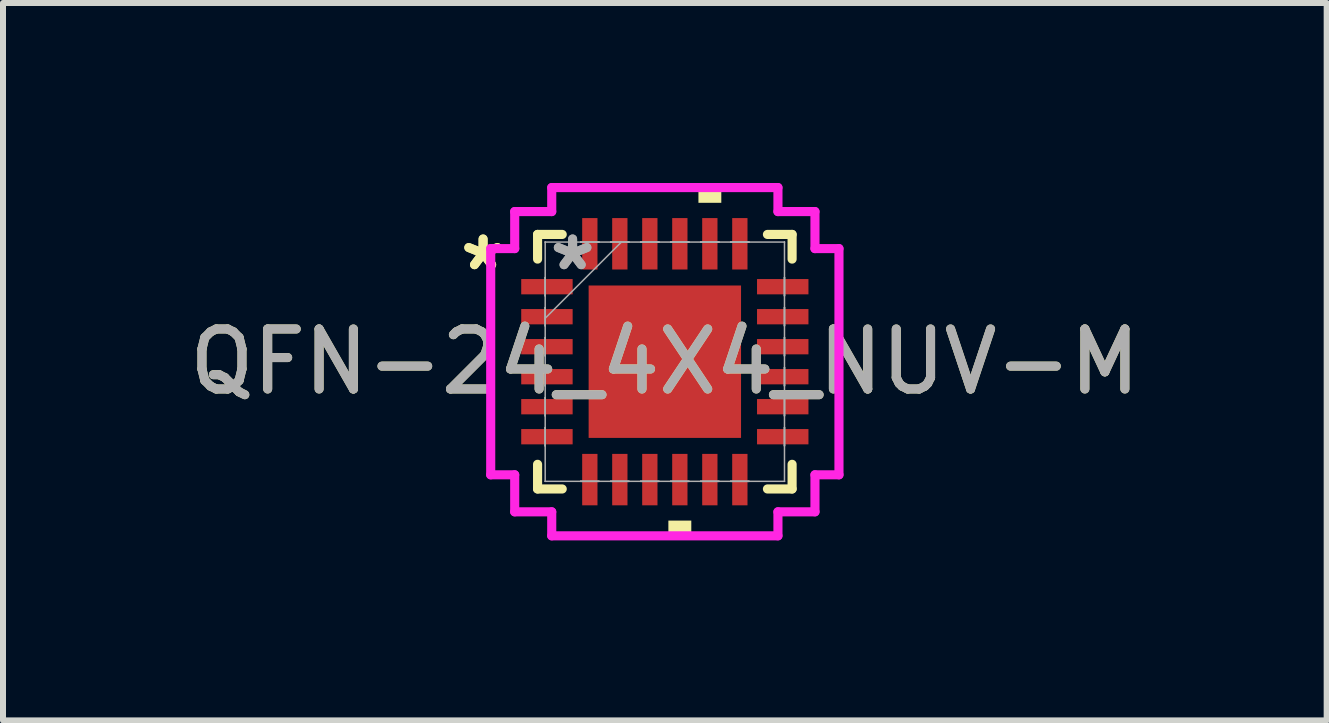
<source format=kicad_pcb>
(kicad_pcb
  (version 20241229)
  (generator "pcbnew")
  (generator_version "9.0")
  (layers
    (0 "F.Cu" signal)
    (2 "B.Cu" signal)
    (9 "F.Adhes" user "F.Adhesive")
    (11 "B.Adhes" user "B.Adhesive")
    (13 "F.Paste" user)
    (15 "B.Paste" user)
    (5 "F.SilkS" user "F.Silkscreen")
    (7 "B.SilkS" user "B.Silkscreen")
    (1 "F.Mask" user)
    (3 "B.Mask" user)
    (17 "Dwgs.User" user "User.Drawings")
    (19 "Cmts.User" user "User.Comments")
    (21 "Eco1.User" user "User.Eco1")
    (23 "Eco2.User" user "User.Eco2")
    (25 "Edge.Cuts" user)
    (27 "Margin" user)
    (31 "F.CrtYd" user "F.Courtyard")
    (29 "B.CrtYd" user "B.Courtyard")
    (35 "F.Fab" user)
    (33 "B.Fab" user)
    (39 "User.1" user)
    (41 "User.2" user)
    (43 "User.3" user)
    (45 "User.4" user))
  (footprint "QFN-24_4X4_NUV-M"
    (layer "F.Cu")
    (at 8.03 2.978)
    (property "Reference" "QFN-24_4X4_NUV-M" (at 0 0 0) (unlocked yes) (layer "F.SilkS") (effects (font (size 1 1) (thickness 0.15))))
    (attr smd)
    (fp_line (start -2.121 -2.121) (end -2.121 -1.71) (stroke (width 0.152) (type solid)) (layer "F.SilkS"))
    (fp_line (start -2.121 1.71) (end -2.121 2.121) (stroke (width 0.152) (type solid)) (layer "F.SilkS"))
    (fp_line (start -2.121 2.121) (end -1.71 2.121) (stroke (width 0.152) (type solid)) (layer "F.SilkS"))
    (fp_line (start -1.71 -2.121) (end -2.121 -2.121) (stroke (width 0.152) (type solid)) (layer "F.SilkS"))
    (fp_line (start 1.71 2.121) (end 2.121 2.121) (stroke (width 0.152) (type solid)) (layer "F.SilkS"))
    (fp_line (start 2.121 -2.121) (end 1.71 -2.121) (stroke (width 0.152) (type solid)) (layer "F.SilkS"))
    (fp_line (start 2.121 -1.71) (end 2.121 -2.121) (stroke (width 0.152) (type solid)) (layer "F.SilkS"))
    (fp_line (start 2.121 2.121) (end 2.121 1.71) (stroke (width 0.152) (type solid)) (layer "F.SilkS"))
    (fp_poly (pts (xy 0.059 2.648) (xy 0.059 2.902) (xy 0.441 2.902) (xy 0.441 2.648)) (stroke (width 0) (type solid)) (fill yes) (layer "F.SilkS"))
    (fp_poly (pts (xy 0.56 -2.648) (xy 0.56 -2.902) (xy 0.941 -2.902) (xy 0.941 -2.648)) (stroke (width 0) (type solid)) (fill yes) (layer "F.SilkS"))
    (fp_poly (pts (xy -1.17 -1.17) (xy -1.17 -0.1) (xy -0.1 -0.1) (xy -0.1 -1.17)) (stroke (width 0) (type solid)) (fill yes) (layer "F.Paste"))
    (fp_poly (pts (xy -1.17 0.1) (xy -1.17 1.17) (xy -0.1 1.17) (xy -0.1 0.1)) (stroke (width 0) (type solid)) (fill yes) (layer "F.Paste"))
    (fp_poly (pts (xy 0.1 -1.17) (xy 0.1 -0.1) (xy 1.17 -0.1) (xy 1.17 -1.17)) (stroke (width 0) (type solid)) (fill yes) (layer "F.Paste"))
    (fp_poly (pts (xy 0.1 0.1) (xy 0.1 1.17) (xy 1.17 1.17) (xy 1.17 0.1)) (stroke (width 0) (type solid)) (fill yes) (layer "F.Paste"))
    (fp_line (start -2.902 -1.885) (end -2.502 -1.885) (stroke (width 0.152) (type solid)) (layer "F.CrtYd"))
    (fp_line (start -2.902 1.885) (end -2.902 -1.885) (stroke (width 0.152) (type solid)) (layer "F.CrtYd"))
    (fp_line (start -2.502 -2.502) (end -1.885 -2.502) (stroke (width 0.152) (type solid)) (layer "F.CrtYd"))
    (fp_line (start -2.502 -1.885) (end -2.502 -2.502) (stroke (width 0.152) (type solid)) (layer "F.CrtYd"))
    (fp_line (start -2.502 1.885) (end -2.902 1.885) (stroke (width 0.152) (type solid)) (layer "F.CrtYd"))
    (fp_line (start -2.502 2.502) (end -2.502 1.885) (stroke (width 0.152) (type solid)) (layer "F.CrtYd"))
    (fp_line (start -1.885 -2.902) (end 1.885 -2.902) (stroke (width 0.152) (type solid)) (layer "F.CrtYd"))
    (fp_line (start -1.885 -2.502) (end -1.885 -2.902) (stroke (width 0.152) (type solid)) (layer "F.CrtYd"))
    (fp_line (start -1.885 2.502) (end -2.502 2.502) (stroke (width 0.152) (type solid)) (layer "F.CrtYd"))
    (fp_line (start -1.885 2.902) (end -1.885 2.502) (stroke (width 0.152) (type solid)) (layer "F.CrtYd"))
    (fp_line (start 1.885 -2.902) (end 1.885 -2.502) (stroke (width 0.152) (type solid)) (layer "F.CrtYd"))
    (fp_line (start 1.885 -2.502) (end 2.502 -2.502) (stroke (width 0.152) (type solid)) (layer "F.CrtYd"))
    (fp_line (start 1.885 2.502) (end 1.885 2.902) (stroke (width 0.152) (type solid)) (layer "F.CrtYd"))
    (fp_line (start 1.885 2.902) (end -1.885 2.902) (stroke (width 0.152) (type solid)) (layer "F.CrtYd"))
    (fp_line (start 2.502 -2.502) (end 2.502 -1.885) (stroke (width 0.152) (type solid)) (layer "F.CrtYd"))
    (fp_line (start 2.502 -1.885) (end 2.902 -1.885) (stroke (width 0.152) (type solid)) (layer "F.CrtYd"))
    (fp_line (start 2.502 1.885) (end 2.502 2.502) (stroke (width 0.152) (type solid)) (layer "F.CrtYd"))
    (fp_line (start 2.502 2.502) (end 1.885 2.502) (stroke (width 0.152) (type solid)) (layer "F.CrtYd"))
    (fp_line (start 2.902 -1.885) (end 2.902 1.885) (stroke (width 0.152) (type solid)) (layer "F.CrtYd"))
    (fp_line (start 2.902 1.885) (end 2.502 1.885) (stroke (width 0.152) (type solid)) (layer "F.CrtYd"))
    (fp_line (start -1.994 -1.994) (end -1.994 -1.994) (stroke (width 0.025) (type solid)) (layer "F.Fab"))
    (fp_line (start -1.994 -1.994) (end -1.994 1.994) (stroke (width 0.025) (type solid)) (layer "F.Fab"))
    (fp_line (start -1.994 -1.402) (end -1.994 -1.402) (stroke (width 0.025) (type solid)) (layer "F.Fab"))
    (fp_line (start -1.994 -1.402) (end -1.994 -1.098) (stroke (width 0.025) (type solid)) (layer "F.Fab"))
    (fp_line (start -1.994 -1.098) (end -1.994 -1.402) (stroke (width 0.025) (type solid)) (layer "F.Fab"))
    (fp_line (start -1.994 -1.098) (end -1.994 -1.098) (stroke (width 0.025) (type solid)) (layer "F.Fab"))
    (fp_line (start -1.994 -0.902) (end -1.994 -0.902) (stroke (width 0.025) (type solid)) (layer "F.Fab"))
    (fp_line (start -1.994 -0.902) (end -1.994 -0.598) (stroke (width 0.025) (type solid)) (layer "F.Fab"))
    (fp_line (start -1.994 -0.724) (end -0.724 -1.994) (stroke (width 0.025) (type solid)) (layer "F.Fab"))
    (fp_line (start -1.994 -0.598) (end -1.994 -0.902) (stroke (width 0.025) (type solid)) (layer "F.Fab"))
    (fp_line (start -1.994 -0.598) (end -1.994 -0.598) (stroke (width 0.025) (type solid)) (layer "F.Fab"))
    (fp_line (start -1.994 -0.402) (end -1.994 -0.402) (stroke (width 0.025) (type solid)) (layer "F.Fab"))
    (fp_line (start -1.994 -0.402) (end -1.994 -0.098) (stroke (width 0.025) (type solid)) (layer "F.Fab"))
    (fp_line (start -1.994 -0.098) (end -1.994 -0.402) (stroke (width 0.025) (type solid)) (layer "F.Fab"))
    (fp_line (start -1.994 -0.098) (end -1.994 -0.098) (stroke (width 0.025) (type solid)) (layer "F.Fab"))
    (fp_line (start -1.994 0.098) (end -1.994 0.098) (stroke (width 0.025) (type solid)) (layer "F.Fab"))
    (fp_line (start -1.994 0.098) (end -1.994 0.402) (stroke (width 0.025) (type solid)) (layer "F.Fab"))
    (fp_line (start -1.994 0.402) (end -1.994 0.098) (stroke (width 0.025) (type solid)) (layer "F.Fab"))
    (fp_line (start -1.994 0.402) (end -1.994 0.402) (stroke (width 0.025) (type solid)) (layer "F.Fab"))
    (fp_line (start -1.994 0.598) (end -1.994 0.598) (stroke (width 0.025) (type solid)) (layer "F.Fab"))
    (fp_line (start -1.994 0.598) (end -1.994 0.902) (stroke (width 0.025) (type solid)) (layer "F.Fab"))
    (fp_line (start -1.994 0.902) (end -1.994 0.598) (stroke (width 0.025) (type solid)) (layer "F.Fab"))
    (fp_line (start -1.994 0.902) (end -1.994 0.902) (stroke (width 0.025) (type solid)) (layer "F.Fab"))
    (fp_line (start -1.994 1.098) (end -1.994 1.098) (stroke (width 0.025) (type solid)) (layer "F.Fab"))
    (fp_line (start -1.994 1.098) (end -1.994 1.402) (stroke (width 0.025) (type solid)) (layer "F.Fab"))
    (fp_line (start -1.994 1.402) (end -1.994 1.098) (stroke (width 0.025) (type solid)) (layer "F.Fab"))
    (fp_line (start -1.994 1.402) (end -1.994 1.402) (stroke (width 0.025) (type solid)) (layer "F.Fab"))
    (fp_line (start -1.994 1.994) (end -1.994 1.994) (stroke (width 0.025) (type solid)) (layer "F.Fab"))
    (fp_line (start -1.994 1.994) (end 1.994 1.994) (stroke (width 0.025) (type solid)) (layer "F.Fab"))
    (fp_line (start -1.402 -1.994) (end -1.402 -1.994) (stroke (width 0.025) (type solid)) (layer "F.Fab"))
    (fp_line (start -1.402 -1.994) (end -1.098 -1.994) (stroke (width 0.025) (type solid)) (layer "F.Fab"))
    (fp_line (start -1.402 1.994) (end -1.402 1.994) (stroke (width 0.025) (type solid)) (layer "F.Fab"))
    (fp_line (start -1.402 1.994) (end -1.098 1.994) (stroke (width 0.025) (type solid)) (layer "F.Fab"))
    (fp_line (start -1.098 -1.994) (end -1.402 -1.994) (stroke (width 0.025) (type solid)) (layer "F.Fab"))
    (fp_line (start -1.098 -1.994) (end -1.098 -1.994) (stroke (width 0.025) (type solid)) (layer "F.Fab"))
    (fp_line (start -1.098 1.994) (end -1.402 1.994) (stroke (width 0.025) (type solid)) (layer "F.Fab"))
    (fp_line (start -1.098 1.994) (end -1.098 1.994) (stroke (width 0.025) (type solid)) (layer "F.Fab"))
    (fp_line (start -0.902 -1.994) (end -0.902 -1.994) (stroke (width 0.025) (type solid)) (layer "F.Fab"))
    (fp_line (start -0.902 -1.994) (end -0.598 -1.994) (stroke (width 0.025) (type solid)) (layer "F.Fab"))
    (fp_line (start -0.902 1.994) (end -0.902 1.994) (stroke (width 0.025) (type solid)) (layer "F.Fab"))
    (fp_line (start -0.902 1.994) (end -0.598 1.994) (stroke (width 0.025) (type solid)) (layer "F.Fab"))
    (fp_line (start -0.598 -1.994) (end -0.902 -1.994) (stroke (width 0.025) (type solid)) (layer "F.Fab"))
    (fp_line (start -0.598 -1.994) (end -0.598 -1.994) (stroke (width 0.025) (type solid)) (layer "F.Fab"))
    (fp_line (start -0.598 1.994) (end -0.902 1.994) (stroke (width 0.025) (type solid)) (layer "F.Fab"))
    (fp_line (start -0.598 1.994) (end -0.598 1.994) (stroke (width 0.025) (type solid)) (layer "F.Fab"))
    (fp_line (start -0.402 -1.994) (end -0.402 -1.994) (stroke (width 0.025) (type solid)) (layer "F.Fab"))
    (fp_line (start -0.402 -1.994) (end -0.098 -1.994) (stroke (width 0.025) (type solid)) (layer "F.Fab"))
    (fp_line (start -0.402 1.994) (end -0.402 1.994) (stroke (width 0.025) (type solid)) (layer "F.Fab"))
    (fp_line (start -0.402 1.994) (end -0.098 1.994) (stroke (width 0.025) (type solid)) (layer "F.Fab"))
    (fp_line (start -0.098 -1.994) (end -0.402 -1.994) (stroke (width 0.025) (type solid)) (layer "F.Fab"))
    (fp_line (start -0.098 -1.994) (end -0.098 -1.994) (stroke (width 0.025) (type solid)) (layer "F.Fab"))
    (fp_line (start -0.098 1.994) (end -0.402 1.994) (stroke (width 0.025) (type solid)) (layer "F.Fab"))
    (fp_line (start -0.098 1.994) (end -0.098 1.994) (stroke (width 0.025) (type solid)) (layer "F.Fab"))
    (fp_line (start 0.098 -1.994) (end 0.098 -1.994) (stroke (width 0.025) (type solid)) (layer "F.Fab"))
    (fp_line (start 0.098 -1.994) (end 0.402 -1.994) (stroke (width 0.025) (type solid)) (layer "F.Fab"))
    (fp_line (start 0.098 1.994) (end 0.098 1.994) (stroke (width 0.025) (type solid)) (layer "F.Fab"))
    (fp_line (start 0.098 1.994) (end 0.402 1.994) (stroke (width 0.025) (type solid)) (layer "F.Fab"))
    (fp_line (start 0.402 -1.994) (end 0.098 -1.994) (stroke (width 0.025) (type solid)) (layer "F.Fab"))
    (fp_line (start 0.402 -1.994) (end 0.402 -1.994) (stroke (width 0.025) (type solid)) (layer "F.Fab"))
    (fp_line (start 0.402 1.994) (end 0.098 1.994) (stroke (width 0.025) (type solid)) (layer "F.Fab"))
    (fp_line (start 0.402 1.994) (end 0.402 1.994) (stroke (width 0.025) (type solid)) (layer "F.Fab"))
    (fp_line (start 0.598 -1.994) (end 0.598 -1.994) (stroke (width 0.025) (type solid)) (layer "F.Fab"))
    (fp_line (start 0.598 -1.994) (end 0.902 -1.994) (stroke (width 0.025) (type solid)) (layer "F.Fab"))
    (fp_line (start 0.598 1.994) (end 0.598 1.994) (stroke (width 0.025) (type solid)) (layer "F.Fab"))
    (fp_line (start 0.598 1.994) (end 0.902 1.994) (stroke (width 0.025) (type solid)) (layer "F.Fab"))
    (fp_line (start 0.902 -1.994) (end 0.598 -1.994) (stroke (width 0.025) (type solid)) (layer "F.Fab"))
    (fp_line (start 0.902 -1.994) (end 0.902 -1.994) (stroke (width 0.025) (type solid)) (layer "F.Fab"))
    (fp_line (start 0.902 1.994) (end 0.598 1.994) (stroke (width 0.025) (type solid)) (layer "F.Fab"))
    (fp_line (start 0.902 1.994) (end 0.902 1.994) (stroke (width 0.025) (type solid)) (layer "F.Fab"))
    (fp_line (start 1.098 -1.994) (end 1.098 -1.994) (stroke (width 0.025) (type solid)) (layer "F.Fab"))
    (fp_line (start 1.098 -1.994) (end 1.402 -1.994) (stroke (width 0.025) (type solid)) (layer "F.Fab"))
    (fp_line (start 1.098 1.994) (end 1.098 1.994) (stroke (width 0.025) (type solid)) (layer "F.Fab"))
    (fp_line (start 1.098 1.994) (end 1.402 1.994) (stroke (width 0.025) (type solid)) (layer "F.Fab"))
    (fp_line (start 1.402 -1.994) (end 1.098 -1.994) (stroke (width 0.025) (type solid)) (layer "F.Fab"))
    (fp_line (start 1.402 -1.994) (end 1.402 -1.994) (stroke (width 0.025) (type solid)) (layer "F.Fab"))
    (fp_line (start 1.402 1.994) (end 1.098 1.994) (stroke (width 0.025) (type solid)) (layer "F.Fab"))
    (fp_line (start 1.402 1.994) (end 1.402 1.994) (stroke (width 0.025) (type solid)) (layer "F.Fab"))
    (fp_line (start 1.994 -1.994) (end -1.994 -1.994) (stroke (width 0.025) (type solid)) (layer "F.Fab"))
    (fp_line (start 1.994 -1.994) (end 1.994 -1.994) (stroke (width 0.025) (type solid)) (layer "F.Fab"))
    (fp_line (start 1.994 -1.402) (end 1.994 -1.402) (stroke (width 0.025) (type solid)) (layer "F.Fab"))
    (fp_line (start 1.994 -1.402) (end 1.994 -1.098) (stroke (width 0.025) (type solid)) (layer "F.Fab"))
    (fp_line (start 1.994 -1.098) (end 1.994 -1.402) (stroke (width 0.025) (type solid)) (layer "F.Fab"))
    (fp_line (start 1.994 -1.098) (end 1.994 -1.098) (stroke (width 0.025) (type solid)) (layer "F.Fab"))
    (fp_line (start 1.994 -0.902) (end 1.994 -0.902) (stroke (width 0.025) (type solid)) (layer "F.Fab"))
    (fp_line (start 1.994 -0.902) (end 1.994 -0.598) (stroke (width 0.025) (type solid)) (layer "F.Fab"))
    (fp_line (start 1.994 -0.598) (end 1.994 -0.902) (stroke (width 0.025) (type solid)) (layer "F.Fab"))
    (fp_line (start 1.994 -0.598) (end 1.994 -0.598) (stroke (width 0.025) (type solid)) (layer "F.Fab"))
    (fp_line (start 1.994 -0.402) (end 1.994 -0.402) (stroke (width 0.025) (type solid)) (layer "F.Fab"))
    (fp_line (start 1.994 -0.402) (end 1.994 -0.098) (stroke (width 0.025) (type solid)) (layer "F.Fab"))
    (fp_line (start 1.994 -0.098) (end 1.994 -0.402) (stroke (width 0.025) (type solid)) (layer "F.Fab"))
    (fp_line (start 1.994 -0.098) (end 1.994 -0.098) (stroke (width 0.025) (type solid)) (layer "F.Fab"))
    (fp_line (start 1.994 0.098) (end 1.994 0.098) (stroke (width 0.025) (type solid)) (layer "F.Fab"))
    (fp_line (start 1.994 0.098) (end 1.994 0.402) (stroke (width 0.025) (type solid)) (layer "F.Fab"))
    (fp_line (start 1.994 0.402) (end 1.994 0.098) (stroke (width 0.025) (type solid)) (layer "F.Fab"))
    (fp_line (start 1.994 0.402) (end 1.994 0.402) (stroke (width 0.025) (type solid)) (layer "F.Fab"))
    (fp_line (start 1.994 0.598) (end 1.994 0.598) (stroke (width 0.025) (type solid)) (layer "F.Fab"))
    (fp_line (start 1.994 0.598) (end 1.994 0.902) (stroke (width 0.025) (type solid)) (layer "F.Fab"))
    (fp_line (start 1.994 0.902) (end 1.994 0.598) (stroke (width 0.025) (type solid)) (layer "F.Fab"))
    (fp_line (start 1.994 0.902) (end 1.994 0.902) (stroke (width 0.025) (type solid)) (layer "F.Fab"))
    (fp_line (start 1.994 1.098) (end 1.994 1.098) (stroke (width 0.025) (type solid)) (layer "F.Fab"))
    (fp_line (start 1.994 1.098) (end 1.994 1.402) (stroke (width 0.025) (type solid)) (layer "F.Fab"))
    (fp_line (start 1.994 1.402) (end 1.994 1.098) (stroke (width 0.025) (type solid)) (layer "F.Fab"))
    (fp_line (start 1.994 1.402) (end 1.994 1.402) (stroke (width 0.025) (type solid)) (layer "F.Fab"))
    (fp_line (start 1.994 1.994) (end 1.994 -1.994) (stroke (width 0.025) (type solid)) (layer "F.Fab"))
    (fp_line (start 1.994 1.994) (end 1.994 1.994) (stroke (width 0.025) (type solid)) (layer "F.Fab"))
    (fp_text user "*" (at -3.029 -1.5 0) (unlocked yes) (layer "F.SilkS") (effects (font (size 1 1) (thickness 0.15))))
    (fp_text user "*" (at -3.029 -1.5 0) (layer "F.SilkS") (effects (font (size 1 1) (thickness 0.15))))
    (fp_text user "*" (at -1.537 -1.5 0) (layer "F.Fab") (effects (font (size 1 1) (thickness 0.15))))
    (fp_text user "${REFERENCE}" (at 0 0 0) (unlocked yes) (layer "F.Fab") (effects (font (size 1 1) (thickness 0.15))))
    (fp_text user "*" (at -1.537 -1.5 0) (unlocked yes) (layer "F.Fab") (effects (font (size 1 1) (thickness 0.15))))
    (pad "1" smd rect (at -1.965 -1.25 90) (size 0.255 0.857) (layers "F.Cu" "F.Mask" "F.Paste"))
    (pad "2" smd rect (at -1.965 -0.75 90) (size 0.255 0.857) (layers "F.Cu" "F.Mask" "F.Paste"))
    (pad "3" smd rect (at -1.965 -0.25 90) (size 0.255 0.857) (layers "F.Cu" "F.Mask" "F.Paste"))
    (pad "4" smd rect (at -1.965 0.25 90) (size 0.255 0.857) (layers "F.Cu" "F.Mask" "F.Paste"))
    (pad "5" smd rect (at -1.965 0.75 90) (size 0.255 0.857) (layers "F.Cu" "F.Mask" "F.Paste"))
    (pad "6" smd rect (at -1.965 1.25 90) (size 0.255 0.857) (layers "F.Cu" "F.Mask" "F.Paste"))
    (pad "7" smd rect (at -1.25 1.965) (size 0.255 0.857) (layers "F.Cu" "F.Mask" "F.Paste"))
    (pad "8" smd rect (at -0.75 1.965) (size 0.255 0.857) (layers "F.Cu" "F.Mask" "F.Paste"))
    (pad "9" smd rect (at -0.25 1.965) (size 0.255 0.857) (layers "F.Cu" "F.Mask" "F.Paste"))
    (pad "10" smd rect (at 0.25 1.965) (size 0.255 0.857) (layers "F.Cu" "F.Mask" "F.Paste"))
    (pad "11" smd rect (at 0.75 1.965) (size 0.255 0.857) (layers "F.Cu" "F.Mask" "F.Paste"))
    (pad "12" smd rect (at 1.25 1.965) (size 0.255 0.857) (layers "F.Cu" "F.Mask" "F.Paste"))
    (pad "13" smd rect (at 1.965 1.25 90) (size 0.255 0.857) (layers "F.Cu" "F.Mask" "F.Paste"))
    (pad "14" smd rect (at 1.965 0.75 90) (size 0.255 0.857) (layers "F.Cu" "F.Mask" "F.Paste"))
    (pad "15" smd rect (at 1.965 0.25 90) (size 0.255 0.857) (layers "F.Cu" "F.Mask" "F.Paste"))
    (pad "16" smd rect (at 1.965 -0.25 90) (size 0.255 0.857) (layers "F.Cu" "F.Mask" "F.Paste"))
    (pad "17" smd rect (at 1.965 -0.75 90) (size 0.255 0.857) (layers "F.Cu" "F.Mask" "F.Paste"))
    (pad "18" smd rect (at 1.965 -1.25 90) (size 0.255 0.857) (layers "F.Cu" "F.Mask" "F.Paste"))
    (pad "19" smd rect (at 1.25 -1.965) (size 0.255 0.857) (layers "F.Cu" "F.Mask" "F.Paste"))
    (pad "20" smd rect (at 0.75 -1.965) (size 0.255 0.857) (layers "F.Cu" "F.Mask" "F.Paste"))
    (pad "21" smd rect (at 0.25 -1.965) (size 0.255 0.857) (layers "F.Cu" "F.Mask" "F.Paste"))
    (pad "22" smd rect (at -0.25 -1.965) (size 0.255 0.857) (layers "F.Cu" "F.Mask" "F.Paste"))
    (pad "23" smd rect (at -0.75 -1.965) (size 0.255 0.857) (layers "F.Cu" "F.Mask" "F.Paste"))
    (pad "24" smd rect (at -1.25 -1.965) (size 0.255 0.857) (layers "F.Cu" "F.Mask" "F.Paste"))
    (pad "25" smd rect (at 0 0) (size 2.54 2.54) (layers "F.Cu" "F.Mask")))
  (gr_rect
    (start -3 -3)
    (end 19.06 8.956)
    (stroke (width 0.1) (type default))
    (fill no)
    (layer "Edge.Cuts")))
</source>
